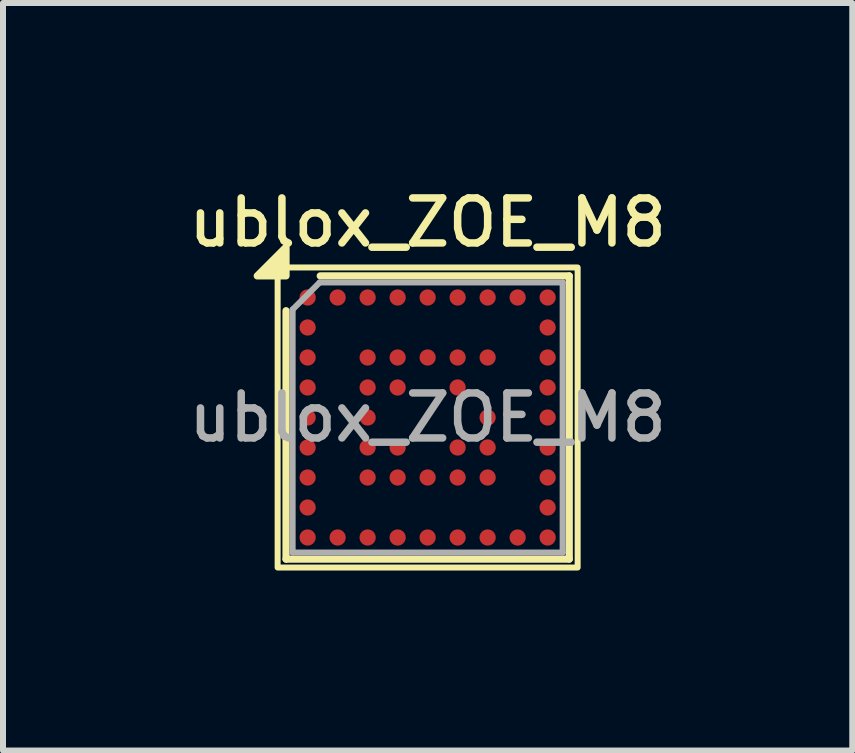
<source format=kicad_pcb>
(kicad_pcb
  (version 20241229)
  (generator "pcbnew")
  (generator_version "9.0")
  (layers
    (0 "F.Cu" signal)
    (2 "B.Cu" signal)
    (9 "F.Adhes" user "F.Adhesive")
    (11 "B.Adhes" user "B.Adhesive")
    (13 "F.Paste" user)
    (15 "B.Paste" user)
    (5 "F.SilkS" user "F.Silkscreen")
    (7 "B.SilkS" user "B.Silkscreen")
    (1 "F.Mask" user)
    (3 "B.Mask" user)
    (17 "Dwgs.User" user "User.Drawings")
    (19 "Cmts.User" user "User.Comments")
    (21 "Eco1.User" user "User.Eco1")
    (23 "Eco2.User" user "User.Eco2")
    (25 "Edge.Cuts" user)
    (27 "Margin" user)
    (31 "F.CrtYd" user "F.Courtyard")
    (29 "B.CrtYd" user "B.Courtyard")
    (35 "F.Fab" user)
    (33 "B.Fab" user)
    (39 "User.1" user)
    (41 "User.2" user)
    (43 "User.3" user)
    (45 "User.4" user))
  (footprint "ublox_ZOE_M8"
    (layer "F.Cu")
    (at 4.077 3.908)
    (property "Reference" "ublox_ZOE_M8" (at 0 -3.25 0) (layer "F.SilkS") (effects (font (size 0.75 0.75) (thickness 0.125))))
    (attr smd)
    (fp_line (start -2.36 2.36) (end -2.36 -1.78) (stroke (width 0.12) (type default)) (layer "F.SilkS"))
    (fp_line (start -1.79 -2.36) (end 2.36 -2.36) (stroke (width 0.12) (type default)) (layer "F.SilkS"))
    (fp_line (start 2.36 -2.36) (end 2.36 2.36) (stroke (width 0.12) (type default)) (layer "F.SilkS"))
    (fp_line (start 2.36 2.36) (end -2.36 2.36) (stroke (width 0.12) (type default)) (layer "F.SilkS"))
    (fp_rect (start -2.5 -2.5) (end 2.5 2.5) (stroke (width 0.1) (type default)) (fill no) (layer "F.SilkS"))
    (fp_poly (pts (xy -2.36 -2.36) (xy -2.36 -2.84) (xy -2.84 -2.36)) (stroke (width 0.12) (type solid)) (fill yes) (layer "F.SilkS"))
    (fp_line (start -2.25 -1.8) (end -1.8 -2.25) (stroke (width 0.1) (type default)) (layer "F.Fab"))
    (fp_line (start -2.25 2.25) (end -2.25 -1.8) (stroke (width 0.1) (type default)) (layer "F.Fab"))
    (fp_line (start -1.8 -2.25) (end 2.25 -2.25) (stroke (width 0.1) (type default)) (layer "F.Fab"))
    (fp_line (start 2.25 -2.25) (end 2.25 2.25) (stroke (width 0.1) (type default)) (layer "F.Fab"))
    (fp_line (start 2.25 2.25) (end -2.25 2.25) (stroke (width 0.1) (type default)) (layer "F.Fab"))
    (fp_text user "${REFERENCE}" (at 0 0 0) (layer "F.Fab") (effects (font (size 0.75 0.75) (thickness 0.125))))
    (pad "A1" smd circle (at -2 -2) (size 0.27 0.27) (layers "F.Cu" "F.Mask" "F.Paste"))
    (pad "A2" smd circle (at -1.5 -2) (size 0.27 0.27) (layers "F.Cu" "F.Mask" "F.Paste"))
    (pad "A3" smd circle (at -1 -2) (size 0.27 0.27) (layers "F.Cu" "F.Mask" "F.Paste"))
    (pad "A4" smd circle (at -0.5 -2) (size 0.27 0.27) (layers "F.Cu" "F.Mask" "F.Paste"))
    (pad "A5" smd circle (at 0 -2) (size 0.27 0.27) (layers "F.Cu" "F.Mask" "F.Paste"))
    (pad "A6" smd circle (at 0.5 -2) (size 0.27 0.27) (layers "F.Cu" "F.Mask" "F.Paste"))
    (pad "A7" smd circle (at 1 -2) (size 0.27 0.27) (layers "F.Cu" "F.Mask" "F.Paste"))
    (pad "A8" smd circle (at 1.5 -2) (size 0.27 0.27) (layers "F.Cu" "F.Mask" "F.Paste"))
    (pad "A9" smd circle (at 2 -2) (size 0.27 0.27) (layers "F.Cu" "F.Mask" "F.Paste"))
    (pad "B1" smd circle (at -2 -1.5) (size 0.27 0.27) (layers "F.Cu" "F.Mask" "F.Paste"))
    (pad "B9" smd circle (at 2 -1.5) (size 0.27 0.27) (layers "F.Cu" "F.Mask" "F.Paste"))
    (pad "C1" smd circle (at -2 -1) (size 0.27 0.27) (layers "F.Cu" "F.Mask" "F.Paste"))
    (pad "C3" smd circle (at -1 -1) (size 0.27 0.27) (layers "F.Cu" "F.Mask" "F.Paste"))
    (pad "C4" smd circle (at -0.5 -1) (size 0.27 0.27) (layers "F.Cu" "F.Mask" "F.Paste"))
    (pad "C5" smd circle (at 0 -1) (size 0.27 0.27) (layers "F.Cu" "F.Mask" "F.Paste"))
    (pad "C6" smd circle (at 0.5 -1) (size 0.27 0.27) (layers "F.Cu" "F.Mask" "F.Paste"))
    (pad "C7" smd circle (at 1 -1) (size 0.27 0.27) (layers "F.Cu" "F.Mask" "F.Paste"))
    (pad "C9" smd circle (at 2 -1) (size 0.27 0.27) (layers "F.Cu" "F.Mask" "F.Paste"))
    (pad "D1" smd circle (at -2 -0.5) (size 0.27 0.27) (layers "F.Cu" "F.Mask" "F.Paste"))
    (pad "D3" smd circle (at -1 -0.5) (size 0.27 0.27) (layers "F.Cu" "F.Mask" "F.Paste"))
    (pad "D4" smd circle (at -0.5 -0.5) (size 0.27 0.27) (layers "F.Cu" "F.Mask" "F.Paste"))
    (pad "D6" smd circle (at 0.5 -0.5) (size 0.27 0.27) (layers "F.Cu" "F.Mask" "F.Paste"))
    (pad "D9" smd circle (at 2 -0.5) (size 0.27 0.27) (layers "F.Cu" "F.Mask" "F.Paste"))
    (pad "E1" smd circle (at -2 0) (size 0.27 0.27) (layers "F.Cu" "F.Mask" "F.Paste"))
    (pad "E3" smd circle (at -1 0) (size 0.27 0.27) (layers "F.Cu" "F.Mask" "F.Paste"))
    (pad "E7" smd circle (at 1 0) (size 0.27 0.27) (layers "F.Cu" "F.Mask" "F.Paste"))
    (pad "E9" smd circle (at 2 0) (size 0.27 0.27) (layers "F.Cu" "F.Mask" "F.Paste"))
    (pad "F1" smd circle (at -2 0.5) (size 0.27 0.27) (layers "F.Cu" "F.Mask" "F.Paste"))
    (pad "F3" smd circle (at -1 0.5) (size 0.27 0.27) (layers "F.Cu" "F.Mask" "F.Paste"))
    (pad "F4" smd circle (at -0.5 0.5) (size 0.27 0.27) (layers "F.Cu" "F.Mask" "F.Paste"))
    (pad "F6" smd circle (at 0.5 0.5) (size 0.27 0.27) (layers "F.Cu" "F.Mask" "F.Paste"))
    (pad "F7" smd circle (at 1 0.5) (size 0.27 0.27) (layers "F.Cu" "F.Mask" "F.Paste"))
    (pad "F9" smd circle (at 2 0.5) (size 0.27 0.27) (layers "F.Cu" "F.Mask" "F.Paste"))
    (pad "G1" smd circle (at -2 1) (size 0.27 0.27) (layers "F.Cu" "F.Mask" "F.Paste"))
    (pad "G3" smd circle (at -1 1) (size 0.27 0.27) (layers "F.Cu" "F.Mask" "F.Paste"))
    (pad "G4" smd circle (at -0.5 1) (size 0.27 0.27) (layers "F.Cu" "F.Mask" "F.Paste"))
    (pad "G5" smd circle (at 0 1) (size 0.27 0.27) (layers "F.Cu" "F.Mask" "F.Paste"))
    (pad "G6" smd circle (at 0.5 1) (size 0.27 0.27) (layers "F.Cu" "F.Mask" "F.Paste"))
    (pad "G7" smd circle (at 1 1) (size 0.27 0.27) (layers "F.Cu" "F.Mask" "F.Paste"))
    (pad "G9" smd circle (at 2 1) (size 0.27 0.27) (layers "F.Cu" "F.Mask" "F.Paste"))
    (pad "H1" smd circle (at -2 1.5) (size 0.27 0.27) (layers "F.Cu" "F.Mask" "F.Paste"))
    (pad "H9" smd circle (at 2 1.5) (size 0.27 0.27) (layers "F.Cu" "F.Mask" "F.Paste"))
    (pad "J1" smd circle (at -2 2) (size 0.27 0.27) (layers "F.Cu" "F.Mask" "F.Paste"))
    (pad "J2" smd circle (at -1.5 2) (size 0.27 0.27) (layers "F.Cu" "F.Mask" "F.Paste"))
    (pad "J3" smd circle (at -1 2) (size 0.27 0.27) (layers "F.Cu" "F.Mask" "F.Paste"))
    (pad "J4" smd circle (at -0.5 2) (size 0.27 0.27) (layers "F.Cu" "F.Mask" "F.Paste"))
    (pad "J5" smd circle (at 0 2) (size 0.27 0.27) (layers "F.Cu" "F.Mask" "F.Paste"))
    (pad "J6" smd circle (at 0.5 2) (size 0.27 0.27) (layers "F.Cu" "F.Mask" "F.Paste"))
    (pad "J7" smd circle (at 1 2) (size 0.27 0.27) (layers "F.Cu" "F.Mask" "F.Paste"))
    (pad "J8" smd circle (at 1.5 2) (size 0.27 0.27) (layers "F.Cu" "F.Mask" "F.Paste"))
    (pad "J9" smd circle (at 2 2) (size 0.27 0.27) (layers "F.Cu" "F.Mask" "F.Paste")))
  (gr_rect
    (start -3 -3)
    (end 11.154 9.458)
    (stroke (width 0.1) (type default))
    (fill no)
    (layer "Edge.Cuts")))
</source>
